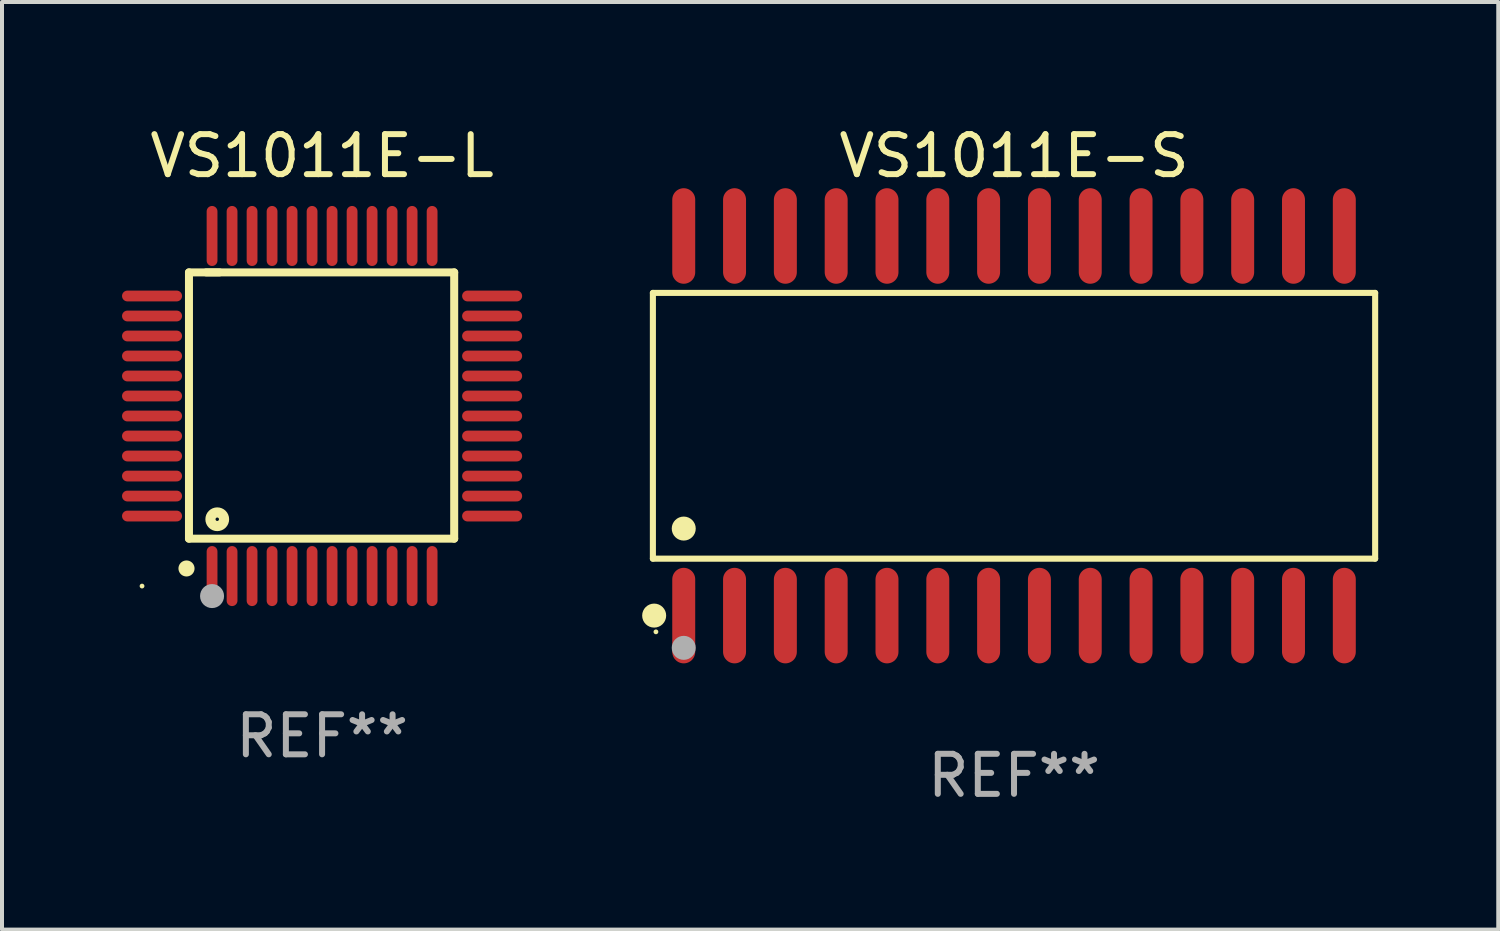
<source format=kicad_pcb>
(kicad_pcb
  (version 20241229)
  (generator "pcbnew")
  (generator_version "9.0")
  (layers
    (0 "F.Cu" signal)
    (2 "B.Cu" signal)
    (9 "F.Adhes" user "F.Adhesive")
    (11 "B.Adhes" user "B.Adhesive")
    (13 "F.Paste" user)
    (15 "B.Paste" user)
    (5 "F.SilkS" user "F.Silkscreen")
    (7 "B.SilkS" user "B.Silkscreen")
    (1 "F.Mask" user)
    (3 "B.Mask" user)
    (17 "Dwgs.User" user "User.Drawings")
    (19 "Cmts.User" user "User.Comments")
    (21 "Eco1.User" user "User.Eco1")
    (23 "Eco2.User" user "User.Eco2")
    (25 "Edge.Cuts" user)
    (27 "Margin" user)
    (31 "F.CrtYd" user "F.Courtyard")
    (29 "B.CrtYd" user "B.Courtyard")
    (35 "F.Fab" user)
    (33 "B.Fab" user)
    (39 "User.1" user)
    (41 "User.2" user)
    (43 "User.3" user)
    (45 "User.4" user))
  (footprint "VS1011E-L"
    (layer "F.Cu")
    (at 5 7.098)
    (property "Reference" "VS1011E-L" (at 0 -6.25 0) (layer "F.SilkS") (effects (font (size 1 1) (thickness 0.15))))
    (attr through_hole)
    (fp_line (start -3.327 -3.34) (end -2.565 -3.34) (stroke (width 0.2) (type solid)) (layer "F.SilkS"))
    (fp_line (start -3.327 3.315) (end -3.327 -3.34) (stroke (width 0.2) (type solid)) (layer "F.SilkS"))
    (fp_line (start -2.896 -3.34) (end 3.302 -3.34) (stroke (width 0.2) (type solid)) (layer "F.SilkS"))
    (fp_line (start 3.302 -3.34) (end 3.302 3.315) (stroke (width 0.2) (type solid)) (layer "F.SilkS"))
    (fp_line (start 3.302 3.315) (end -3.327 3.315) (stroke (width 0.2) (type solid)) (layer "F.SilkS"))
    (fp_arc (start -3.389992 4.059995) (mid -3.388722 4.059991) (end -3.387452 4.059995) (stroke (width 0.4) (type solid)) (layer "F.SilkS"))
    (fp_circle (center -4.5 4.5) (end -4.47 4.5) (stroke (width 0.06) (type solid)) (fill no) (layer "F.SilkS"))
    (fp_circle (center -2.62 2.83) (end -2.45 2.83) (stroke (width 0.254) (type solid)) (fill no) (layer "F.SilkS"))
    (fp_circle (center -2.75 4.75) (end -2.6 4.75) (stroke (width 0.3) (type solid)) (fill no) (layer "F.Fab"))
    (fp_text user "REF**" (at 0 8.25 0) (layer "F.Fab") (effects (font (size 1 1) (thickness 0.15))))
    (pad "1" smd oval (at -2.75 4.25) (size 0.27 1.5) (layers "F.Cu" "F.Mask" "F.Paste"))
    (pad "2" smd oval (at -2.25 4.25) (size 0.27 1.5) (layers "F.Cu" "F.Mask" "F.Paste"))
    (pad "3" smd oval (at -1.75 4.25) (size 0.27 1.5) (layers "F.Cu" "F.Mask" "F.Paste"))
    (pad "4" smd oval (at -1.25 4.25) (size 0.27 1.5) (layers "F.Cu" "F.Mask" "F.Paste"))
    (pad "5" smd oval (at -0.75 4.25) (size 0.27 1.5) (layers "F.Cu" "F.Mask" "F.Paste"))
    (pad "6" smd oval (at -0.25 4.25) (size 0.27 1.5) (layers "F.Cu" "F.Mask" "F.Paste"))
    (pad "7" smd oval (at 0.25 4.25) (size 0.27 1.5) (layers "F.Cu" "F.Mask" "F.Paste"))
    (pad "8" smd oval (at 0.75 4.25) (size 0.27 1.5) (layers "F.Cu" "F.Mask" "F.Paste"))
    (pad "9" smd oval (at 1.25 4.25) (size 0.27 1.5) (layers "F.Cu" "F.Mask" "F.Paste"))
    (pad "10" smd oval (at 1.75 4.25) (size 0.27 1.5) (layers "F.Cu" "F.Mask" "F.Paste"))
    (pad "11" smd oval (at 2.25 4.25) (size 0.27 1.5) (layers "F.Cu" "F.Mask" "F.Paste"))
    (pad "12" smd oval (at 2.75 4.25) (size 0.27 1.5) (layers "F.Cu" "F.Mask" "F.Paste"))
    (pad "13" smd oval (at 4.25 2.75) (size 1.5 0.27) (layers "F.Cu" "F.Mask" "F.Paste"))
    (pad "14" smd oval (at 4.25 2.25) (size 1.5 0.27) (layers "F.Cu" "F.Mask" "F.Paste"))
    (pad "15" smd oval (at 4.25 1.75) (size 1.5 0.27) (layers "F.Cu" "F.Mask" "F.Paste"))
    (pad "16" smd oval (at 4.25 1.25) (size 1.5 0.27) (layers "F.Cu" "F.Mask" "F.Paste"))
    (pad "17" smd oval (at 4.25 0.75) (size 1.5 0.27) (layers "F.Cu" "F.Mask" "F.Paste"))
    (pad "18" smd oval (at 4.25 0.25) (size 1.5 0.27) (layers "F.Cu" "F.Mask" "F.Paste"))
    (pad "19" smd oval (at 4.25 -0.25) (size 1.5 0.27) (layers "F.Cu" "F.Mask" "F.Paste"))
    (pad "20" smd oval (at 4.25 -0.75) (size 1.5 0.27) (layers "F.Cu" "F.Mask" "F.Paste"))
    (pad "21" smd oval (at 4.25 -1.25) (size 1.5 0.27) (layers "F.Cu" "F.Mask" "F.Paste"))
    (pad "22" smd oval (at 4.25 -1.75) (size 1.5 0.27) (layers "F.Cu" "F.Mask" "F.Paste"))
    (pad "23" smd oval (at 4.25 -2.25) (size 1.5 0.27) (layers "F.Cu" "F.Mask" "F.Paste"))
    (pad "24" smd oval (at 4.25 -2.75) (size 1.5 0.27) (layers "F.Cu" "F.Mask" "F.Paste"))
    (pad "25" smd oval (at 2.75 -4.25) (size 0.27 1.5) (layers "F.Cu" "F.Mask" "F.Paste"))
    (pad "26" smd oval (at 2.25 -4.25) (size 0.27 1.5) (layers "F.Cu" "F.Mask" "F.Paste"))
    (pad "27" smd oval (at 1.75 -4.25) (size 0.27 1.5) (layers "F.Cu" "F.Mask" "F.Paste"))
    (pad "28" smd oval (at 1.25 -4.25) (size 0.27 1.5) (layers "F.Cu" "F.Mask" "F.Paste"))
    (pad "29" smd oval (at 0.75 -4.25) (size 0.27 1.5) (layers "F.Cu" "F.Mask" "F.Paste"))
    (pad "30" smd oval (at 0.25 -4.25) (size 0.27 1.5) (layers "F.Cu" "F.Mask" "F.Paste"))
    (pad "31" smd oval (at -0.25 -4.25) (size 0.27 1.5) (layers "F.Cu" "F.Mask" "F.Paste"))
    (pad "32" smd oval (at -0.75 -4.25) (size 0.27 1.5) (layers "F.Cu" "F.Mask" "F.Paste"))
    (pad "33" smd oval (at -1.25 -4.25) (size 0.27 1.5) (layers "F.Cu" "F.Mask" "F.Paste"))
    (pad "34" smd oval (at -1.75 -4.25) (size 0.27 1.5) (layers "F.Cu" "F.Mask" "F.Paste"))
    (pad "35" smd oval (at -2.25 -4.25) (size 0.27 1.5) (layers "F.Cu" "F.Mask" "F.Paste"))
    (pad "36" smd oval (at -2.75 -4.25) (size 0.27 1.5) (layers "F.Cu" "F.Mask" "F.Paste"))
    (pad "37" smd oval (at -4.25 -2.75) (size 1.5 0.27) (layers "F.Cu" "F.Mask" "F.Paste"))
    (pad "38" smd oval (at -4.25 -2.25) (size 1.5 0.27) (layers "F.Cu" "F.Mask" "F.Paste"))
    (pad "39" smd oval (at -4.25 -1.75) (size 1.5 0.27) (layers "F.Cu" "F.Mask" "F.Paste"))
    (pad "40" smd oval (at -4.25 -1.25) (size 1.5 0.27) (layers "F.Cu" "F.Mask" "F.Paste"))
    (pad "41" smd oval (at -4.25 -0.75) (size 1.5 0.27) (layers "F.Cu" "F.Mask" "F.Paste"))
    (pad "42" smd oval (at -4.25 -0.25) (size 1.5 0.27) (layers "F.Cu" "F.Mask" "F.Paste"))
    (pad "43" smd oval (at -4.25 0.25) (size 1.5 0.27) (layers "F.Cu" "F.Mask" "F.Paste"))
    (pad "44" smd oval (at -4.25 0.75) (size 1.5 0.27) (layers "F.Cu" "F.Mask" "F.Paste"))
    (pad "45" smd oval (at -4.25 1.25) (size 1.5 0.27) (layers "F.Cu" "F.Mask" "F.Paste"))
    (pad "46" smd oval (at -4.25 1.75) (size 1.5 0.27) (layers "F.Cu" "F.Mask" "F.Paste"))
    (pad "47" smd oval (at -4.25 2.25) (size 1.5 0.27) (layers "F.Cu" "F.Mask" "F.Paste"))
    (pad "48" smd oval (at -4.25 2.75) (size 1.5 0.27) (layers "F.Cu" "F.Mask" "F.Paste")))
  (footprint "VS1011E-S"
    (layer "F.Cu")
    (at 22.294 7.592)
    (property "Reference" "VS1011E-S" (at 0 -6.744 0) (layer "F.SilkS") (effects (font (size 1 1) (thickness 0.15))))
    (attr through_hole)
    (fp_line (start -9.026 -3.321) (end 9.026 -3.321) (stroke (width 0.152) (type solid)) (layer "F.SilkS"))
    (fp_line (start -9.026 3.321) (end -9.026 -3.321) (stroke (width 0.152) (type solid)) (layer "F.SilkS"))
    (fp_line (start 9.026 -3.321) (end 9.026 3.321) (stroke (width 0.152) (type solid)) (layer "F.SilkS"))
    (fp_line (start 9.026 3.321) (end -9.026 3.321) (stroke (width 0.152) (type solid)) (layer "F.SilkS"))
    (fp_circle (center -8.994 4.744) (end -8.844 4.744) (stroke (width 0.3) (type solid)) (fill no) (layer "F.SilkS"))
    (fp_circle (center -8.95 5.15) (end -8.92 5.15) (stroke (width 0.06) (type solid)) (fill no) (layer "F.SilkS"))
    (fp_circle (center -8.255 2.569) (end -8.105 2.569) (stroke (width 0.3) (type solid)) (fill no) (layer "F.SilkS"))
    (fp_circle (center -8.255 5.55) (end -8.105 5.55) (stroke (width 0.3) (type solid)) (fill no) (layer "F.Fab"))
    (fp_text user "REF**" (at 0 8.744 0) (layer "F.Fab") (effects (font (size 1 1) (thickness 0.15))))
    (pad "1" smd oval (at -8.255 4.744) (size 0.574 2.388) (layers "F.Cu" "F.Mask" "F.Paste"))
    (pad "2" smd oval (at -6.985 4.744) (size 0.574 2.388) (layers "F.Cu" "F.Mask" "F.Paste"))
    (pad "3" smd oval (at -5.715 4.744) (size 0.574 2.388) (layers "F.Cu" "F.Mask" "F.Paste"))
    (pad "4" smd oval (at -4.445 4.744) (size 0.574 2.388) (layers "F.Cu" "F.Mask" "F.Paste"))
    (pad "5" smd oval (at -3.175 4.744) (size 0.574 2.388) (layers "F.Cu" "F.Mask" "F.Paste"))
    (pad "6" smd oval (at -1.905 4.744) (size 0.574 2.388) (layers "F.Cu" "F.Mask" "F.Paste"))
    (pad "7" smd oval (at -0.635 4.744) (size 0.574 2.388) (layers "F.Cu" "F.Mask" "F.Paste"))
    (pad "8" smd oval (at 0.635 4.744) (size 0.574 2.388) (layers "F.Cu" "F.Mask" "F.Paste"))
    (pad "9" smd oval (at 1.905 4.744) (size 0.574 2.388) (layers "F.Cu" "F.Mask" "F.Paste"))
    (pad "10" smd oval (at 3.175 4.744) (size 0.574 2.388) (layers "F.Cu" "F.Mask" "F.Paste"))
    (pad "11" smd oval (at 4.445 4.744) (size 0.574 2.388) (layers "F.Cu" "F.Mask" "F.Paste"))
    (pad "12" smd oval (at 5.715 4.744) (size 0.574 2.388) (layers "F.Cu" "F.Mask" "F.Paste"))
    (pad "13" smd oval (at 6.985 4.744) (size 0.574 2.388) (layers "F.Cu" "F.Mask" "F.Paste"))
    (pad "14" smd oval (at 8.255 4.744) (size 0.574 2.388) (layers "F.Cu" "F.Mask" "F.Paste"))
    (pad "15" smd oval (at 8.255 -4.744) (size 0.574 2.388) (layers "F.Cu" "F.Mask" "F.Paste"))
    (pad "16" smd oval (at 6.985 -4.744) (size 0.574 2.388) (layers "F.Cu" "F.Mask" "F.Paste"))
    (pad "17" smd oval (at 5.715 -4.744) (size 0.574 2.388) (layers "F.Cu" "F.Mask" "F.Paste"))
    (pad "18" smd oval (at 4.445 -4.744) (size 0.574 2.388) (layers "F.Cu" "F.Mask" "F.Paste"))
    (pad "19" smd oval (at 3.175 -4.744) (size 0.574 2.388) (layers "F.Cu" "F.Mask" "F.Paste"))
    (pad "20" smd oval (at 1.905 -4.744) (size 0.574 2.388) (layers "F.Cu" "F.Mask" "F.Paste"))
    (pad "21" smd oval (at 0.635 -4.744) (size 0.574 2.388) (layers "F.Cu" "F.Mask" "F.Paste"))
    (pad "22" smd oval (at -0.635 -4.744) (size 0.574 2.388) (layers "F.Cu" "F.Mask" "F.Paste"))
    (pad "23" smd oval (at -1.905 -4.744) (size 0.574 2.388) (layers "F.Cu" "F.Mask" "F.Paste"))
    (pad "24" smd oval (at -3.175 -4.744) (size 0.574 2.388) (layers "F.Cu" "F.Mask" "F.Paste"))
    (pad "25" smd oval (at -4.445 -4.744) (size 0.574 2.388) (layers "F.Cu" "F.Mask" "F.Paste"))
    (pad "26" smd oval (at -5.715 -4.744) (size 0.574 2.388) (layers "F.Cu" "F.Mask" "F.Paste"))
    (pad "27" smd oval (at -6.985 -4.744) (size 0.574 2.388) (layers "F.Cu" "F.Mask" "F.Paste"))
    (pad "28" smd oval (at -8.255 -4.744) (size 0.574 2.388) (layers "F.Cu" "F.Mask" "F.Paste")))
  (gr_rect
    (start -3 -3)
    (end 34.397 20.184)
    (stroke (width 0.1) (type default))
    (fill no)
    (layer "Edge.Cuts")))
</source>
